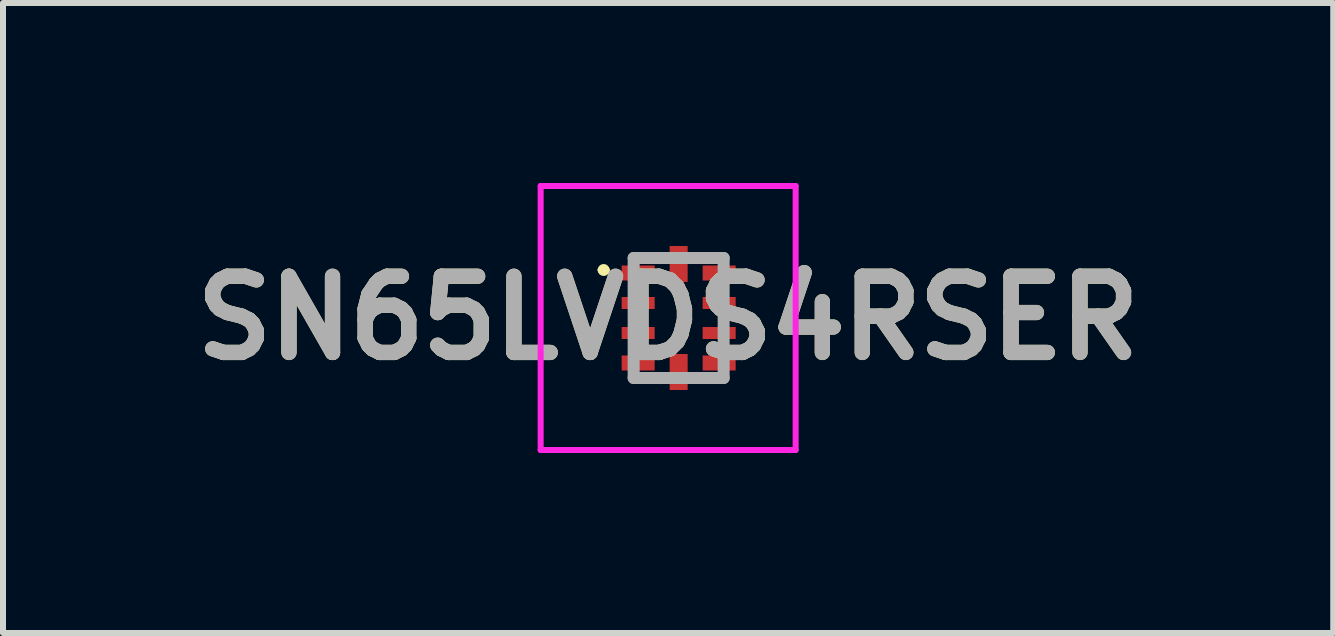
<source format=kicad_pcb>
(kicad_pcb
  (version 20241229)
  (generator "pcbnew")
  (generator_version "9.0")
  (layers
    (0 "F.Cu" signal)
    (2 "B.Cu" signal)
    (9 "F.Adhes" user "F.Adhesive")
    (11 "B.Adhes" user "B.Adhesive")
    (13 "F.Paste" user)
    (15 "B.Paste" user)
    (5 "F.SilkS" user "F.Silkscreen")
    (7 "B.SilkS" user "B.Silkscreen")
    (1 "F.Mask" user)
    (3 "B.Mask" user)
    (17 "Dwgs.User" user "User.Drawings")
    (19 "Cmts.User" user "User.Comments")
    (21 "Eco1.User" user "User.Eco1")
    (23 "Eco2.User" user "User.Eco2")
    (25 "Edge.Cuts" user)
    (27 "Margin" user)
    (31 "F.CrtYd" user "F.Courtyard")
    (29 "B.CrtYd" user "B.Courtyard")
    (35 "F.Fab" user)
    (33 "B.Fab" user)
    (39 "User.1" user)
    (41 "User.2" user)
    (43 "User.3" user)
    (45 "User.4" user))
  (footprint "SN65LVDS4RSER"
    (layer "F.Cu")
    (at 8.261 2.25)
    (property "Reference" "SN65LVDS4RSER" (at -0.175 0 0) (layer "F.SilkS") (effects (font (size 1.27 1.27) (thickness 0.254))))
    (attr smd)
    (fp_line (start -1.3 -0.8) (end -1.3 -0.8) (stroke (width 0.1) (type solid)) (layer "F.SilkS"))
    (fp_line (start -1.2 -0.8) (end -1.2 -0.8) (stroke (width 0.1) (type solid)) (layer "F.SilkS"))
    (fp_arc (start -1.3 -0.8) (mid -1.25 -0.85) (end -1.2 -0.8) (stroke (width 0.1) (type solid)) (layer "F.SilkS"))
    (fp_arc (start -1.2 -0.8) (mid -1.25 -0.75) (end -1.3 -0.8) (stroke (width 0.1) (type solid)) (layer "F.SilkS"))
    (fp_line (start -2.3 -2.2) (end 1.95 -2.2) (stroke (width 0.1) (type solid)) (layer "F.CrtYd"))
    (fp_line (start -2.3 2.2) (end -2.3 -2.2) (stroke (width 0.1) (type solid)) (layer "F.CrtYd"))
    (fp_line (start 1.95 -2.2) (end 1.95 2.2) (stroke (width 0.1) (type solid)) (layer "F.CrtYd"))
    (fp_line (start 1.95 2.2) (end -2.3 2.2) (stroke (width 0.1) (type solid)) (layer "F.CrtYd"))
    (fp_line (start -0.75 -1) (end 0.75 -1) (stroke (width 0.2) (type solid)) (layer "F.Fab"))
    (fp_line (start -0.75 1) (end -0.75 -1) (stroke (width 0.2) (type solid)) (layer "F.Fab"))
    (fp_line (start 0.75 -1) (end 0.75 1) (stroke (width 0.2) (type solid)) (layer "F.Fab"))
    (fp_line (start 0.75 1) (end -0.75 1) (stroke (width 0.2) (type solid)) (layer "F.Fab"))
    (fp_text user "${REFERENCE}" (at -0.175 0 0) (layer "F.Fab") (effects (font (size 1.27 1.27) (thickness 0.254))))
    (pad "1" smd rect (at -0.675 -0.75 90) (size 0.25 0.55) (layers "F.Cu" "F.Mask" "F.Paste"))
    (pad "2" smd rect (at -0.675 -0.25 90) (size 0.2 0.55) (layers "F.Cu" "F.Mask" "F.Paste"))
    (pad "3" smd rect (at -0.675 0.25 90) (size 0.2 0.55) (layers "F.Cu" "F.Mask" "F.Paste"))
    (pad "4" smd rect (at -0.675 0.75 90) (size 0.25 0.55) (layers "F.Cu" "F.Mask" "F.Paste"))
    (pad "5" smd rect (at 0 0.9) (size 0.3 0.6) (layers "F.Cu" "F.Mask" "F.Paste"))
    (pad "6" smd rect (at 0.675 0.75 90) (size 0.25 0.55) (layers "F.Cu" "F.Mask" "F.Paste"))
    (pad "7" smd rect (at 0.675 0.25 90) (size 0.2 0.55) (layers "F.Cu" "F.Mask" "F.Paste"))
    (pad "8" smd rect (at 0.675 -0.25 90) (size 0.2 0.55) (layers "F.Cu" "F.Mask" "F.Paste"))
    (pad "9" smd rect (at 0.675 -0.75 90) (size 0.25 0.55) (layers "F.Cu" "F.Mask" "F.Paste"))
    (pad "10" smd rect (at 0 -0.9) (size 0.3 0.6) (layers "F.Cu" "F.Mask" "F.Paste")))
  (gr_rect
    (start -3 -3)
    (end 19.171 7.5)
    (stroke (width 0.1) (type default))
    (fill no)
    (layer "Edge.Cuts")))
</source>
